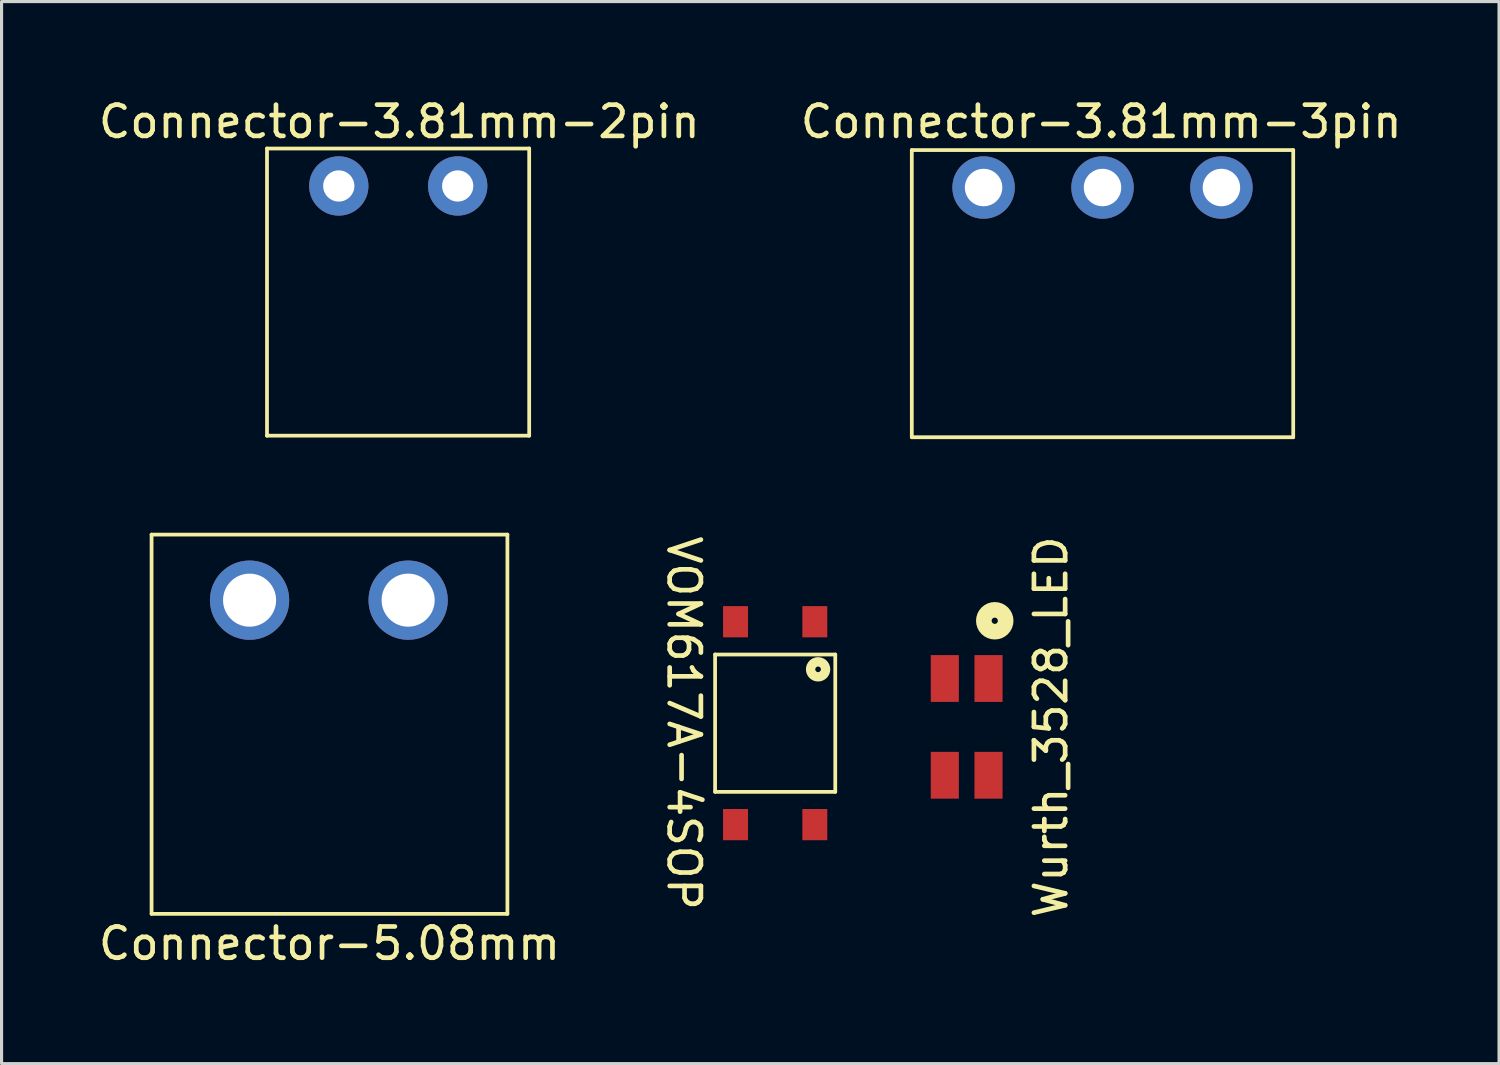
<source format=kicad_pcb>
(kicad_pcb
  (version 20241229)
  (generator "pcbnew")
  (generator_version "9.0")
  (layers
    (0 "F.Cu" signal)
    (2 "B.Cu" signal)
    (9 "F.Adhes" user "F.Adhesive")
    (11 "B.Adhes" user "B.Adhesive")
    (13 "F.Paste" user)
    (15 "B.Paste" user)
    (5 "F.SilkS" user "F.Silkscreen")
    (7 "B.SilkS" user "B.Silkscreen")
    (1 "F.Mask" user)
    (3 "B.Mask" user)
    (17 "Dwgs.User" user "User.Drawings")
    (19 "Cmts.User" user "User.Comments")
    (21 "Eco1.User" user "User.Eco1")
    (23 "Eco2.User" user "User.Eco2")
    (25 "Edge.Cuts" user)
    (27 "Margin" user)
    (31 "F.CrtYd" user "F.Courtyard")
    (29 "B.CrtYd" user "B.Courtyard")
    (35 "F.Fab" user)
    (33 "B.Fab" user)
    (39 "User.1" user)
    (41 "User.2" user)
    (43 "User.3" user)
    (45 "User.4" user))
  (footprint "Connector-3.81mm-2pin"
    (layer "F.Cu")
    (at 9.704 6.308)
    (property "Reference" "Connector-3.81mm-2pin" (at 0.04 -5.46 0) (layer "F.SilkS") (effects (font (size 1 1) (thickness 0.15))))
    (attr through_hole)
    (fp_line (start -4.2 -4.6) (end 4.2 -4.6) (stroke (width 0.12) (type solid)) (layer "F.SilkS"))
    (fp_line (start -4.2 4.6) (end -4.2 -4.6) (stroke (width 0.12) (type solid)) (layer "F.SilkS"))
    (fp_line (start 4.2 -4.6) (end 4.2 4.6) (stroke (width 0.12) (type solid)) (layer "F.SilkS"))
    (fp_line (start 4.2 4.6) (end -4.2 4.6) (stroke (width 0.12) (type solid)) (layer "F.SilkS"))
    (pad "1" thru_hole circle (at -1.9 -3.4) (size 1.9 1.9) (drill 1) (layers "*.Cu" "*.Mask"))
    (pad "2" thru_hole circle (at 1.91 -3.4) (size 1.9 1.9) (drill 1) (layers "*.Cu" "*.Mask")))
  (footprint "VOM617A-4SOP"
    (layer "F.Cu")
    (at 21.785 20.119)
    (property "Reference" "VOM617A-4SOP" (at -2.925 0 270) (unlocked yes) (layer "F.SilkS") (effects (font (size 1 1) (thickness 0.15))))
    (attr smd)
    (fp_line (start -1.925 -2.2) (end 1.925 -2.2) (stroke (width 0.12) (type solid)) (layer "F.SilkS"))
    (fp_line (start -1.925 2.2) (end -1.925 -2.2) (stroke (width 0.12) (type solid)) (layer "F.SilkS"))
    (fp_line (start 1.925 -2.2) (end 1.925 2.2) (stroke (width 0.12) (type solid)) (layer "F.SilkS"))
    (fp_line (start 1.925 2.2) (end -1.925 2.2) (stroke (width 0.12) (type solid)) (layer "F.SilkS"))
    (fp_circle (center 1.375 -1.725) (end 1.465 -1.725) (stroke (width 0.3) (type solid)) (fill no) (layer "F.SilkS"))
    (pad "1" smd rect (at 1.27 -3.25) (size 0.8 1) (layers "F.Cu" "F.Mask" "F.Paste"))
    (pad "2" smd rect (at -1.27 -3.25) (size 0.8 1) (layers "F.Cu" "F.Mask" "F.Paste"))
    (pad "3" smd rect (at -1.27 3.25) (size 0.8 1) (layers "F.Cu" "F.Mask" "F.Paste"))
    (pad "4" smd rect (at 1.27 3.25) (size 0.8 1) (layers "F.Cu" "F.Mask" "F.Paste")))
  (footprint "Wurth_3528_LED"
    (layer "F.Cu")
    (at 27.92 20.238)
    (property "Reference" "Wurth_3528_LED" (at 2.7 0 90) (layer "F.SilkS") (effects (font (size 1 1) (thickness 0.15))))
    (attr smd)
    (fp_circle (center 0.9 -3.4) (end 1 -3.4) (stroke (width 0.5) (type solid)) (fill no) (layer "F.SilkS"))
    (pad "1" smd rect (at 0.7 1.55) (size 0.9 1.5) (layers "F.Cu" "F.Mask" "F.Paste"))
    (pad "2" smd rect (at -0.7 1.55) (size 0.9 1.5) (layers "F.Cu" "F.Mask" "F.Paste"))
    (pad "3" smd rect (at 0.7 -1.55) (size 0.9 1.5) (layers "F.Cu" "F.Mask" "F.Paste"))
    (pad "4" smd rect (at -0.7 -1.55) (size 0.9 1.5) (layers "F.Cu" "F.Mask" "F.Paste")))
  (footprint "Connector-5.08mm"
    (layer "F.Cu")
    (at 7.506 20.128)
    (property "Reference" "Connector-5.08mm" (at 0 7.05 0) (layer "F.SilkS") (effects (font (size 1 1) (thickness 0.15))))
    (attr through_hole)
    (fp_line (start -5.7 -6.05) (end 5.7 -6.05) (stroke (width 0.12) (type solid)) (layer "F.SilkS"))
    (fp_line (start -5.7 6.1) (end -5.7 -6.05) (stroke (width 0.12) (type solid)) (layer "F.SilkS"))
    (fp_line (start 5.7 -6.05) (end 5.7 6.1) (stroke (width 0.12) (type solid)) (layer "F.SilkS"))
    (fp_line (start 5.7 6.1) (end -5.7 6.1) (stroke (width 0.12) (type solid)) (layer "F.SilkS"))
    (pad "1" thru_hole circle (at -2.56 -3.95) (size 2.54 2.54) (drill 1.7) (layers "*.Cu" "*.Mask"))
    (pad "2" thru_hole circle (at 2.52 -3.95) (size 2.54 2.54) (drill 1.7) (layers "*.Cu" "*.Mask")))
  (footprint "Connector-3.81mm-3pin"
    (layer "F.Cu")
    (at 32.272 6.358)
    (property "Reference" "Connector-3.81mm-3pin" (at -0.04 -5.51 0) (layer "F.SilkS") (effects (font (size 1 1) (thickness 0.15))))
    (attr through_hole)
    (fp_line (start -6.11 -4.6) (end 6.11 -4.6) (stroke (width 0.12) (type solid)) (layer "F.SilkS"))
    (fp_line (start -6.11 4.6) (end -6.11 -4.6) (stroke (width 0.12) (type solid)) (layer "F.SilkS"))
    (fp_line (start 6.11 -4.6) (end 6.11 4.6) (stroke (width 0.12) (type solid)) (layer "F.SilkS"))
    (fp_line (start 6.11 4.6) (end -6.11 4.6) (stroke (width 0.12) (type solid)) (layer "F.SilkS"))
    (pad "1" thru_hole circle (at -3.81 -3.4) (size 2 2) (drill 1.2) (layers "*.Cu" "*.Mask"))
    (pad "2" thru_hole circle (at 0 -3.4) (size 2 2) (drill 1.2) (layers "*.Cu" "*.Mask"))
    (pad "3" thru_hole circle (at 3.81 -3.4) (size 2 2) (drill 1.2) (layers "*.Cu" "*.Mask")))
  (gr_rect
    (start -3 -3)
    (end 44.976 31.026)
    (stroke (width 0.1) (type default))
    (fill no)
    (layer "Edge.Cuts")))
</source>
